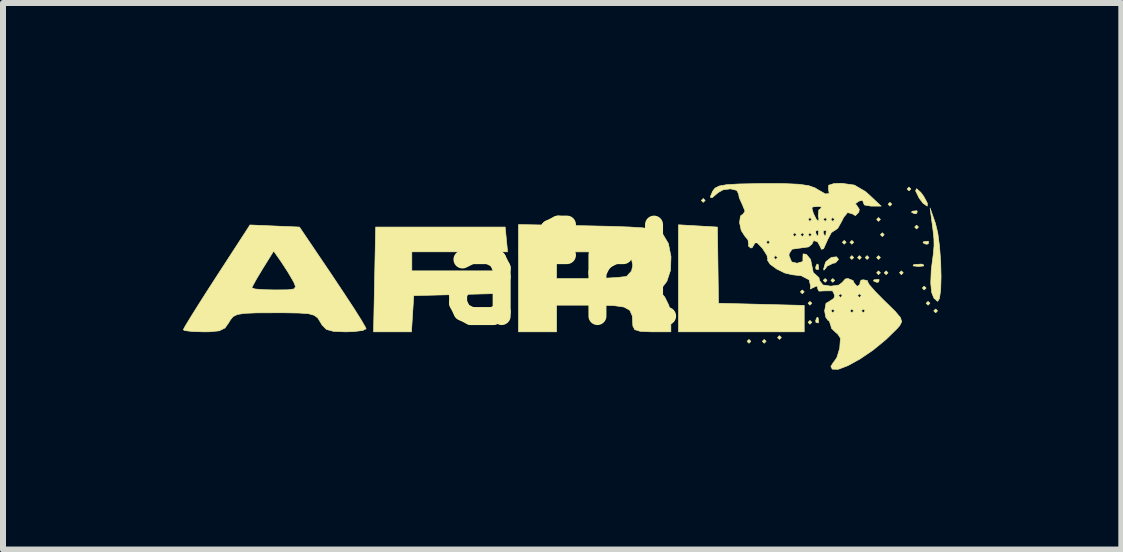
<source format=kicad_pcb>
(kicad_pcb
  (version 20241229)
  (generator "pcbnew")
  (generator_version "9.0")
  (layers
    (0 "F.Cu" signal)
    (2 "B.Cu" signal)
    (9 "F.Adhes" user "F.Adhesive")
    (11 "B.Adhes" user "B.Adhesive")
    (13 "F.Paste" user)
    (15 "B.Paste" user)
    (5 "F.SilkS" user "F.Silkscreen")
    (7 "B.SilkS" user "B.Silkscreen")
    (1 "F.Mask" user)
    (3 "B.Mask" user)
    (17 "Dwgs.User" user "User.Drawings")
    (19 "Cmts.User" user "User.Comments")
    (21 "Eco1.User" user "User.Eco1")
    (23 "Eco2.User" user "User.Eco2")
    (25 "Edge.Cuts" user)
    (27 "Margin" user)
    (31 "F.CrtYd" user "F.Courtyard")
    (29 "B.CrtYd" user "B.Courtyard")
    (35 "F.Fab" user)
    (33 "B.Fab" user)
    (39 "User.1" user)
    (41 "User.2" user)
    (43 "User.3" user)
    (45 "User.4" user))
  (footprint "afrl"
    (layer "F.Cu")
    (at 6.292 1.529)
    (property "Reference" "afrl" (at 0 0 0) (layer "F.SilkS") (effects (font (size 1.524 1.524) (thickness 0.3))))
    (attr through_hole)
    (fp_poly (pts (xy 2.413 -1.238) (xy 2.381 -1.206) (xy 2.349 -1.238) (xy 2.381 -1.27) (xy 2.413 -1.238)) (stroke (width 0.01) (type solid)) (fill yes) (layer "F.SilkS"))
    (fp_poly (pts (xy 3.175 1.111) (xy 3.143 1.143) (xy 3.111 1.111) (xy 3.143 1.079) (xy 3.175 1.111)) (stroke (width 0.01) (type solid)) (fill yes) (layer "F.SilkS"))
    (fp_poly (pts (xy 3.429 1.111) (xy 3.397 1.143) (xy 3.365 1.111) (xy 3.397 1.079) (xy 3.429 1.111)) (stroke (width 0.01) (type solid)) (fill yes) (layer "F.SilkS"))
    (fp_poly (pts (xy 3.683 1.048) (xy 3.651 1.079) (xy 3.619 1.048) (xy 3.651 1.016) (xy 3.683 1.048)) (stroke (width 0.01) (type solid)) (fill yes) (layer "F.SilkS"))
    (fp_poly (pts (xy 4.064 0.286) (xy 4.032 0.318) (xy 4 0.286) (xy 4.032 0.254) (xy 4.064 0.286)) (stroke (width 0.01) (type solid)) (fill yes) (layer "F.SilkS"))
    (fp_poly (pts (xy 4.191 0.476) (xy 4.159 0.508) (xy 4.128 0.476) (xy 4.159 0.445) (xy 4.191 0.476)) (stroke (width 0.01) (type solid)) (fill yes) (layer "F.SilkS"))
    (fp_poly (pts (xy 4.191 0.794) (xy 4.159 0.826) (xy 4.128 0.794) (xy 4.159 0.762) (xy 4.191 0.794)) (stroke (width 0.01) (type solid)) (fill yes) (layer "F.SilkS"))
    (fp_poly (pts (xy 4.445 0.095) (xy 4.413 0.127) (xy 4.381 0.095) (xy 4.413 0.064) (xy 4.445 0.095)) (stroke (width 0.01) (type solid)) (fill yes) (layer "F.SilkS"))
    (fp_poly (pts (xy 4.572 0.095) (xy 4.54 0.127) (xy 4.508 0.095) (xy 4.54 0.064) (xy 4.572 0.095)) (stroke (width 0.01) (type solid)) (fill yes) (layer "F.SilkS"))
    (fp_poly (pts (xy 4.763 -0.54) (xy 4.731 -0.508) (xy 4.699 -0.54) (xy 4.731 -0.572) (xy 4.763 -0.54)) (stroke (width 0.01) (type solid)) (fill yes) (layer "F.SilkS"))
    (fp_poly (pts (xy 4.889 -0.54) (xy 4.858 -0.508) (xy 4.826 -0.54) (xy 4.858 -0.572) (xy 4.889 -0.54)) (stroke (width 0.01) (type solid)) (fill yes) (layer "F.SilkS"))
    (fp_poly (pts (xy 4.889 -0.286) (xy 4.858 -0.254) (xy 4.826 -0.286) (xy 4.858 -0.318) (xy 4.889 -0.286)) (stroke (width 0.01) (type solid)) (fill yes) (layer "F.SilkS"))
    (fp_poly (pts (xy 5.016 -0.286) (xy 4.985 -0.254) (xy 4.953 -0.286) (xy 4.985 -0.318) (xy 5.016 -0.286)) (stroke (width 0.01) (type solid)) (fill yes) (layer "F.SilkS"))
    (fp_poly (pts (xy 5.144 -0.286) (xy 5.112 -0.254) (xy 5.08 -0.286) (xy 5.112 -0.318) (xy 5.144 -0.286)) (stroke (width 0.01) (type solid)) (fill yes) (layer "F.SilkS"))
    (fp_poly (pts (xy 5.334 -0.921) (xy 5.302 -0.889) (xy 5.271 -0.921) (xy 5.302 -0.953) (xy 5.334 -0.921)) (stroke (width 0.01) (type solid)) (fill yes) (layer "F.SilkS"))
    (fp_poly (pts (xy 5.334 -0.286) (xy 5.302 -0.254) (xy 5.271 -0.286) (xy 5.302 -0.318) (xy 5.334 -0.286)) (stroke (width 0.01) (type solid)) (fill yes) (layer "F.SilkS"))
    (fp_poly (pts (xy 5.334 -0.032) (xy 5.302 0) (xy 5.271 -0.032) (xy 5.302 -0.064) (xy 5.334 -0.032)) (stroke (width 0.01) (type solid)) (fill yes) (layer "F.SilkS"))
    (fp_poly (pts (xy 5.397 -0.667) (xy 5.366 -0.635) (xy 5.334 -0.667) (xy 5.366 -0.699) (xy 5.397 -0.667)) (stroke (width 0.01) (type solid)) (fill yes) (layer "F.SilkS"))
    (fp_poly (pts (xy 5.461 -0.032) (xy 5.429 0) (xy 5.397 -0.032) (xy 5.429 -0.064) (xy 5.461 -0.032)) (stroke (width 0.01) (type solid)) (fill yes) (layer "F.SilkS"))
    (fp_poly (pts (xy 5.524 -1.175) (xy 5.493 -1.143) (xy 5.461 -1.175) (xy 5.493 -1.206) (xy 5.524 -1.175)) (stroke (width 0.01) (type solid)) (fill yes) (layer "F.SilkS"))
    (fp_poly (pts (xy 5.715 -0.032) (xy 5.683 0) (xy 5.652 -0.032) (xy 5.683 -0.064) (xy 5.715 -0.032)) (stroke (width 0.01) (type solid)) (fill yes) (layer "F.SilkS"))
    (fp_poly (pts (xy 5.842 -1.429) (xy 5.81 -1.397) (xy 5.779 -1.429) (xy 5.81 -1.46) (xy 5.842 -1.429)) (stroke (width 0.01) (type solid)) (fill yes) (layer "F.SilkS"))
    (fp_poly (pts (xy 5.969 -0.794) (xy 5.937 -0.762) (xy 5.905 -0.794) (xy 5.937 -0.826) (xy 5.969 -0.794)) (stroke (width 0.01) (type solid)) (fill yes) (layer "F.SilkS"))
    (fp_poly (pts (xy 6.096 0.222) (xy 6.064 0.254) (xy 6.032 0.222) (xy 6.064 0.191) (xy 6.096 0.222)) (stroke (width 0.01) (type solid)) (fill yes) (layer "F.SilkS"))
    (fp_poly (pts (xy 6.16 0.476) (xy 6.128 0.508) (xy 6.096 0.476) (xy 6.128 0.445) (xy 6.16 0.476)) (stroke (width 0.01) (type solid)) (fill yes) (layer "F.SilkS"))
    (fp_poly (pts (xy 6.287 0.603) (xy 6.255 0.635) (xy 6.223 0.603) (xy 6.255 0.572) (xy 6.287 0.603)) (stroke (width 0.01) (type solid)) (fill yes) (layer "F.SilkS"))
    (fp_poly (pts (xy 4.297 -0.169) (xy 4.304 -0.094) (xy 4.297 -0.085) (xy 4.259 -0.093) (xy 4.255 -0.127) (xy 4.278 -0.179) (xy 4.297 -0.169)) (stroke (width 0.01) (type solid)) (fill yes) (layer "F.SilkS"))
    (fp_poly (pts (xy 4.297 0.72) (xy 4.304 0.795) (xy 4.297 0.804) (xy 4.259 0.796) (xy 4.255 0.762) (xy 4.278 0.71) (xy 4.297 0.72)) (stroke (width 0.01) (type solid)) (fill yes) (layer "F.SilkS"))
    (fp_poly (pts (xy 5.313 0.085) (xy 5.304 0.122) (xy 5.271 0.127) (xy 5.218 0.104) (xy 5.228 0.085) (xy 5.304 0.077) (xy 5.313 0.085)) (stroke (width 0.01) (type solid)) (fill yes) (layer "F.SilkS"))
    (fp_poly (pts (xy 5.948 -1.058) (xy 5.939 -1.021) (xy 5.905 -1.016) (xy 5.853 -1.039) (xy 5.863 -1.058) (xy 5.939 -1.066) (xy 5.948 -1.058)) (stroke (width 0.01) (type solid)) (fill yes) (layer "F.SilkS"))
    (fp_poly (pts (xy 6.048 -0.169) (xy 6.056 -0.146) (xy 5.969 -0.137) (xy 5.879 -0.147) (xy 5.89 -0.169) (xy 6.02 -0.177) (xy 6.048 -0.169)) (stroke (width 0.01) (type solid)) (fill yes) (layer "F.SilkS"))
    (fp_poly (pts (xy 6.138 -0.55) (xy 6.13 -0.513) (xy 6.096 -0.508) (xy 6.044 -0.531) (xy 6.054 -0.55) (xy 6.129 -0.558) (xy 6.138 -0.55)) (stroke (width 0.01) (type solid)) (fill yes) (layer "F.SilkS"))
    (fp_poly (pts (xy 2.293 -0.813) (xy 2.617 -0.794) (xy 2.635 0.476) (xy 3.35 0.494) (xy 4.064 0.512) (xy 4.064 0.953) (xy 1.968 0.953) (xy 1.968 -0.832) (xy 2.293 -0.813)) (stroke (width 0.01) (type solid)) (fill yes) (layer "F.SilkS"))
    (fp_poly (pts (xy 6.009 -1.37) (xy 6.057 -1.304) (xy 6.116 -1.193) (xy 6.115 -1.143) (xy 6.113 -1.143) (xy 6.045 -1.191) (xy 5.98 -1.276) (xy 5.92 -1.4) (xy 5.937 -1.434) (xy 6.009 -1.37)) (stroke (width 0.01) (type solid)) (fill yes) (layer "F.SilkS"))
    (fp_poly (pts (xy -0.881 -0.381) (xy -2.477 -0.381) (xy -2.477 -0.064) (xy -1.016 -0.064) (xy -1.016 0.313) (xy -2.445 0.349) (xy -2.464 0.651) (xy -2.483 0.953) (xy -3.115 0.953) (xy -3.08 -0.794) (xy -0.921 -0.794) (xy -0.881 -0.381)) (stroke (width 0.01) (type solid)) (fill yes) (layer "F.SilkS"))
    (fp_poly (pts (xy 4.636 -0.254) (xy 4.584 -0.197) (xy 4.546 -0.191) (xy 4.444 -0.142) (xy 4.424 -0.111) (xy 4.393 -0.075) (xy 4.387 -0.095) (xy 4.418 -0.203) (xy 4.43 -0.222) (xy 4.517 -0.289) (xy 4.603 -0.298) (xy 4.636 -0.254)) (stroke (width 0.01) (type solid)) (fill yes) (layer "F.SilkS"))
    (fp_poly (pts (xy 6.251 -0.857) (xy 6.291 -0.691) (xy 6.32 -0.466) (xy 6.339 -0.214) (xy 6.345 0.034) (xy 6.339 0.247) (xy 6.319 0.394) (xy 6.288 0.445) (xy 6.226 0.391) (xy 6.188 0.296) (xy 6.173 0.14) (xy 6.181 -0.068) (xy 6.188 -0.132) (xy 6.216 -0.345) (xy 6.228 -0.484) (xy 6.226 -0.599) (xy 6.211 -0.741) (xy 6.2 -0.826) (xy 6.162 -1.111) (xy 6.251 -0.857)) (stroke (width 0.01) (type solid)) (fill yes) (layer "F.SilkS"))
    (fp_poly (pts (xy 0.438 -0.815) (xy 0.851 -0.806) (xy 1.155 -0.795) (xy 1.372 -0.781) (xy 1.52 -0.76) (xy 1.617 -0.732) (xy 1.685 -0.692) (xy 1.708 -0.673) (xy 1.8 -0.519) (xy 1.843 -0.301) (xy 1.835 -0.074) (xy 1.774 0.111) (xy 1.739 0.157) (xy 1.671 0.245) (xy 1.696 0.322) (xy 1.739 0.373) (xy 1.808 0.512) (xy 1.841 0.699) (xy 1.841 0.719) (xy 1.841 0.953) (xy 1.524 0.953) (xy 1.333 0.945) (xy 1.238 0.916) (xy 1.207 0.854) (xy 1.206 0.831) (xy 1.198 0.687) (xy 1.157 0.594) (xy 1.062 0.54) (xy 0.89 0.515) (xy 0.618 0.508) (xy 0.533 0.508) (xy -0.064 0.508) (xy -0.064 0.953) (xy -0.699 0.953) (xy -0.699 0.064) (xy -0.064 0.064) (xy 0.471 0.064) (xy 0.73 0.059) (xy 0.947 0.047) (xy 1.085 0.031) (xy 1.106 0.025) (xy 1.186 -0.062) (xy 1.206 -0.158) (xy 1.186 -0.253) (xy 1.113 -0.317) (xy 0.969 -0.356) (xy 0.733 -0.375) (xy 0.429 -0.38) (xy -0.064 -0.381) (xy -0.064 0.064) (xy -0.699 0.064) (xy -0.699 -0.836) (xy 0.438 -0.815)) (stroke (width 0.01) (type solid)) (fill yes) (layer "F.SilkS"))
    (fp_poly (pts (xy -4.35 -0.794) (xy -3.794 0.029) (xy -3.604 0.315) (xy -3.441 0.563) (xy -3.319 0.757) (xy -3.25 0.876) (xy -3.239 0.902) (xy -3.296 0.93) (xy -3.443 0.948) (xy -3.577 0.953) (xy -3.782 0.945) (xy -3.901 0.912) (xy -3.975 0.837) (xy -4 0.794) (xy -4.044 0.723) (xy -4.101 0.678) (xy -4.196 0.651) (xy -4.356 0.639) (xy -4.605 0.635) (xy -4.763 0.635) (xy -5.063 0.636) (xy -5.262 0.644) (xy -5.385 0.663) (xy -5.457 0.699) (xy -5.504 0.757) (xy -5.525 0.794) (xy -5.591 0.888) (xy -5.688 0.936) (xy -5.854 0.952) (xy -5.948 0.953) (xy -6.136 0.947) (xy -6.259 0.932) (xy -6.287 0.918) (xy -6.254 0.856) (xy -6.163 0.706) (xy -6.026 0.487) (xy -5.857 0.222) (xy -5.144 0.222) (xy -5.086 0.239) (xy -4.936 0.25) (xy -4.76 0.254) (xy -4.55 0.252) (xy -4.443 0.238) (xy -4.415 0.201) (xy -4.442 0.13) (xy -4.452 0.111) (xy -4.543 -0.044) (xy -4.653 -0.213) (xy -4.78 -0.394) (xy -4.962 -0.102) (xy -5.063 0.066) (xy -5.129 0.186) (xy -5.144 0.222) (xy -5.857 0.222) (xy -5.854 0.218) (xy -5.731 0.027) (xy -5.175 -0.829) (xy -4.35 -0.794)) (stroke (width 0.01) (type solid)) (fill yes) (layer "F.SilkS"))
    (fp_poly (pts (xy 4.9 -1.494) (xy 5.083 -1.387) (xy 5.144 -1.333) (xy 5.347 -1.143) (xy 5.178 -1.143) (xy 5.067 -1.162) (xy 5.048 -1.206) (xy 5.037 -1.241) (xy 4.975 -1.226) (xy 4.915 -1.182) (xy 4.937 -1.159) (xy 4.982 -1.09) (xy 4.974 -1.042) (xy 4.918 -0.985) (xy 4.857 -1.017) (xy 4.786 -1.036) (xy 4.718 -0.951) (xy 4.692 -0.896) (xy 4.624 -0.775) (xy 4.568 -0.733) (xy 4.565 -0.735) (xy 4.516 -0.701) (xy 4.453 -0.583) (xy 4.442 -0.556) (xy 4.386 -0.432) (xy 4.349 -0.424) (xy 4.336 -0.46) (xy 4.285 -0.55) (xy 4.221 -0.569) (xy 4.191 -0.508) (xy 4.136 -0.463) (xy 4.003 -0.445) (xy 4 -0.445) (xy 3.861 -0.425) (xy 3.812 -0.35) (xy 3.81 -0.318) (xy 3.854 -0.213) (xy 3.944 -0.191) (xy 4.042 -0.22) (xy 4.042 -0.283) (xy 4.045 -0.347) (xy 4.099 -0.339) (xy 4.17 -0.255) (xy 4.191 -0.152) (xy 4.214 -0.036) (xy 4.255 0) (xy 4.311 0.051) (xy 4.318 0.095) (xy 4.375 0.171) (xy 4.508 0.191) (xy 4.642 0.172) (xy 4.699 0.128) (xy 4.699 0.127) (xy 4.75 0.071) (xy 4.794 0.064) (xy 4.879 0.098) (xy 4.889 0.127) (xy 4.938 0.188) (xy 4.957 0.191) (xy 4.998 0.155) (xy 4.991 0.138) (xy 5.011 0.091) (xy 5.051 0.085) (xy 5.119 0.099) (xy 5.117 0.111) (xy 5.146 0.164) (xy 5.247 0.28) (xy 5.399 0.434) (xy 5.414 0.448) (xy 5.581 0.612) (xy 5.668 0.715) (xy 5.689 0.784) (xy 5.656 0.849) (xy 5.615 0.896) (xy 5.424 1.083) (xy 5.21 1.258) (xy 4.992 1.406) (xy 4.792 1.516) (xy 4.632 1.577) (xy 4.532 1.575) (xy 4.508 1.529) (xy 4.556 1.453) (xy 4.562 1.45) (xy 4.609 1.379) (xy 4.653 1.235) (xy 4.656 1.22) (xy 4.668 1.059) (xy 4.617 0.982) (xy 4.603 0.975) (xy 4.519 0.895) (xy 4.508 0.85) (xy 4.481 0.77) (xy 4.461 0.762) (xy 4.422 0.707) (xy 4.404 0.603) (xy 4.508 0.603) (xy 4.54 0.635) (xy 4.572 0.603) (xy 4.826 0.603) (xy 4.858 0.635) (xy 4.889 0.603) (xy 5.016 0.603) (xy 5.048 0.635) (xy 5.08 0.603) (xy 5.048 0.572) (xy 5.016 0.603) (xy 4.889 0.603) (xy 4.858 0.572) (xy 4.826 0.603) (xy 4.572 0.603) (xy 4.54 0.572) (xy 4.508 0.603) (xy 4.404 0.603) (xy 4.404 0.603) (xy 4.427 0.477) (xy 4.483 0.445) (xy 4.56 0.393) (xy 4.57 0.349) (xy 4.636 0.349) (xy 4.667 0.381) (xy 4.699 0.349) (xy 4.953 0.349) (xy 4.985 0.381) (xy 5.016 0.349) (xy 4.985 0.318) (xy 4.953 0.349) (xy 4.699 0.349) (xy 4.667 0.318) (xy 4.636 0.349) (xy 4.57 0.349) (xy 4.572 0.342) (xy 4.536 0.269) (xy 4.415 0.269) (xy 4.311 0.274) (xy 4.292 0.245) (xy 4.281 0.193) (xy 4.264 0.191) (xy 4.18 0.231) (xy 4.175 0.238) (xy 4.164 0.234) (xy 4.172 0.196) (xy 4.146 0.086) (xy 4.016 0.018) (xy 3.867 0.001) (xy 3.743 -0.027) (xy 3.606 -0.094) (xy 3.495 -0.175) (xy 3.45 -0.244) (xy 3.458 -0.261) (xy 3.451 -0.286) (xy 3.556 -0.286) (xy 3.588 -0.254) (xy 3.619 -0.286) (xy 3.588 -0.318) (xy 3.556 -0.286) (xy 3.451 -0.286) (xy 3.442 -0.324) (xy 3.368 -0.439) (xy 3.363 -0.445) (xy 3.281 -0.531) (xy 3.241 -0.531) (xy 3.24 -0.524) (xy 3.196 -0.45) (xy 3.171 -0.445) (xy 3.131 -0.482) (xy 3.139 -0.501) (xy 3.133 -0.54) (xy 3.429 -0.54) (xy 3.461 -0.508) (xy 3.493 -0.54) (xy 3.461 -0.572) (xy 3.429 -0.54) (xy 3.133 -0.54) (xy 3.126 -0.582) (xy 3.079 -0.636) (xy 3.059 -0.667) (xy 3.873 -0.667) (xy 3.905 -0.635) (xy 3.937 -0.667) (xy 4 -0.667) (xy 4.032 -0.635) (xy 4.064 -0.667) (xy 4.128 -0.667) (xy 4.159 -0.635) (xy 4.191 -0.667) (xy 4.159 -0.699) (xy 4.255 -0.699) (xy 4.278 -0.646) (xy 4.297 -0.656) (xy 4.301 -0.699) (xy 4.381 -0.699) (xy 4.405 -0.646) (xy 4.424 -0.656) (xy 4.431 -0.732) (xy 4.424 -0.741) (xy 4.386 -0.732) (xy 4.381 -0.699) (xy 4.301 -0.699) (xy 4.304 -0.732) (xy 4.297 -0.741) (xy 4.259 -0.732) (xy 4.255 -0.699) (xy 4.159 -0.699) (xy 4.128 -0.667) (xy 4.064 -0.667) (xy 4.032 -0.699) (xy 4 -0.667) (xy 3.937 -0.667) (xy 3.905 -0.699) (xy 3.873 -0.667) (xy 3.059 -0.667) (xy 3.014 -0.737) (xy 2.986 -0.868) (xy 2.993 -0.921) (xy 4.128 -0.921) (xy 4.159 -0.889) (xy 4.191 -0.921) (xy 4.159 -0.953) (xy 4.128 -0.921) (xy 2.993 -0.921) (xy 3.001 -0.978) (xy 3.05 -1.016) (xy 3.077 -1.061) (xy 3.054 -1.116) (xy 4.191 -1.116) (xy 4.215 -1.025) (xy 4.263 -0.927) (xy 4.3 -0.889) (xy 4.306 -0.921) (xy 4.381 -0.921) (xy 4.413 -0.889) (xy 4.445 -0.921) (xy 4.508 -0.921) (xy 4.54 -0.889) (xy 4.572 -0.921) (xy 4.54 -0.953) (xy 4.508 -0.921) (xy 4.445 -0.921) (xy 4.413 -0.953) (xy 4.381 -0.921) (xy 4.306 -0.921) (xy 4.309 -0.936) (xy 4.297 -0.98) (xy 4.306 -1.077) (xy 4.337 -1.102) (xy 4.353 -1.129) (xy 4.302 -1.138) (xy 4.208 -1.13) (xy 4.191 -1.116) (xy 3.054 -1.116) (xy 3.037 -1.159) (xy 2.981 -1.282) (xy 2.97 -1.346) (xy 2.939 -1.406) (xy 2.836 -1.431) (xy 2.712 -1.415) (xy 2.631 -1.37) (xy 2.527 -1.282) (xy 2.497 -1.293) (xy 2.537 -1.391) (xy 2.577 -1.443) (xy 2.646 -1.478) (xy 2.767 -1.5) (xy 2.963 -1.512) (xy 3.256 -1.518) (xy 3.367 -1.52) (xy 3.722 -1.519) (xy 3.973 -1.508) (xy 4.14 -1.484) (xy 4.248 -1.445) (xy 4.271 -1.43) (xy 4.417 -1.346) (xy 4.48 -1.354) (xy 4.468 -1.429) (xy 4.471 -1.491) (xy 4.559 -1.519) (xy 4.685 -1.524) (xy 4.9 -1.494)) (stroke (width 0.01) (type solid)) (fill yes) (layer "F.SilkS")))
  (gr_rect
    (start -3 -3)
    (end 15.642 6.111)
    (stroke (width 0.1) (type default))
    (fill no)
    (layer "Edge.Cuts")))
</source>
